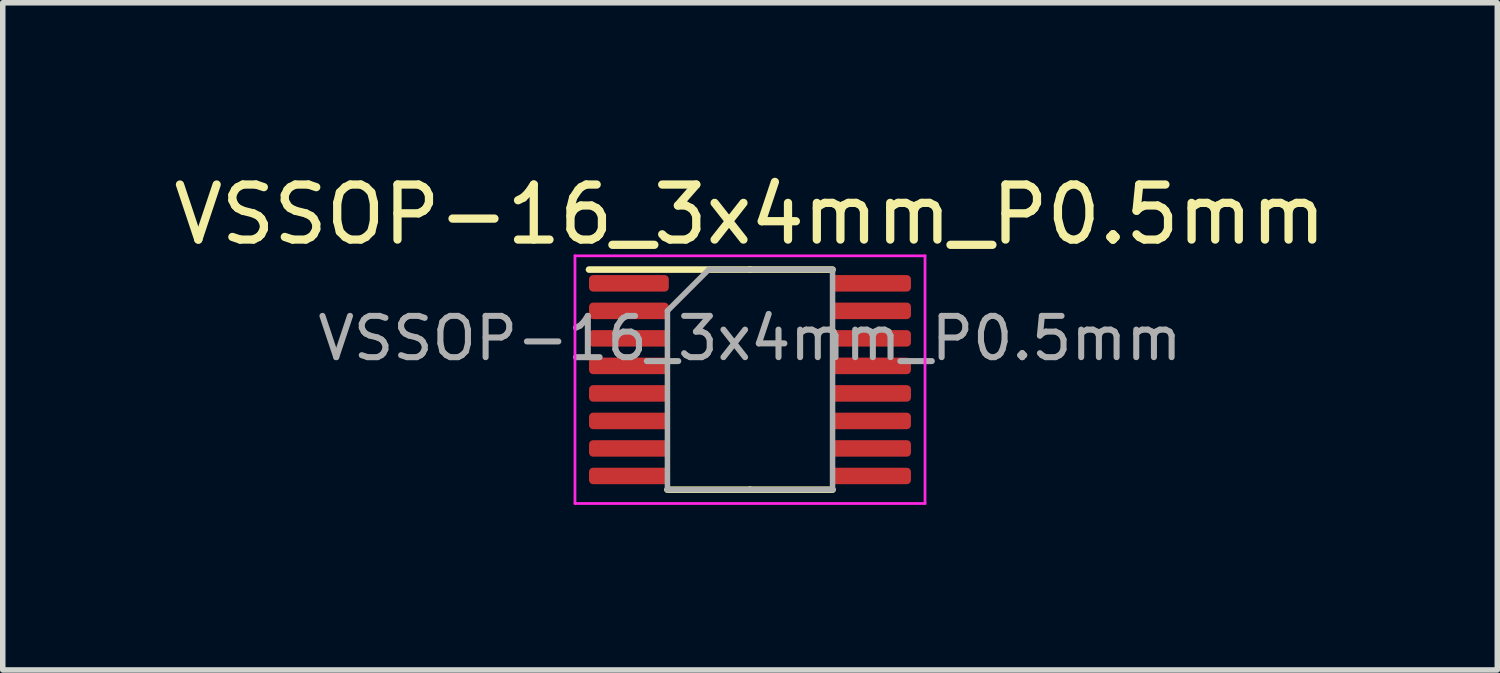
<source format=kicad_pcb>
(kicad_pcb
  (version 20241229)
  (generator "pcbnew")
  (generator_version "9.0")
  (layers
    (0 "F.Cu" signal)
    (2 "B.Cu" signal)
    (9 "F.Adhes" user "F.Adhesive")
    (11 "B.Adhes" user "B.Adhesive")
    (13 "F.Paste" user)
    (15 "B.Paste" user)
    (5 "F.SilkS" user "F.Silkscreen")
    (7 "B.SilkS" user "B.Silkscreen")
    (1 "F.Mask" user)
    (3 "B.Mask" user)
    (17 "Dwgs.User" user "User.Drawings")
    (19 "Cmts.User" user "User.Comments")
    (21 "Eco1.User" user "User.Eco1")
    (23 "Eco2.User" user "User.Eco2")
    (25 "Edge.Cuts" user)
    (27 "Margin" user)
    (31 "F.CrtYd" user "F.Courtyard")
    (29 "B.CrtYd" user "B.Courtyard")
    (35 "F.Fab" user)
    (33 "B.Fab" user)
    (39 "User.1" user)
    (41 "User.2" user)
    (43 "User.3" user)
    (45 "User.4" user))
  (footprint "VSSOP-16_3x4mm_P0.5mm"
    (layer "F.Cu")
    (at 10.577 3.848)
    (property "Reference" "VSSOP-16_3x4mm_P0.5mm" (at 0 -3 0) (layer "F.SilkS") (effects (font (size 1 1) (thickness 0.15))))
    (attr smd)
    (fp_line (start 0 -2) (end -2.925 -2) (stroke (width 0.12) (type solid)) (layer "F.SilkS"))
    (fp_line (start 0 -2) (end 1.5 -2) (stroke (width 0.12) (type solid)) (layer "F.SilkS"))
    (fp_line (start 0 2) (end -1.5 2) (stroke (width 0.12) (type solid)) (layer "F.SilkS"))
    (fp_line (start 0 2) (end 1.5 2) (stroke (width 0.12) (type solid)) (layer "F.SilkS"))
    (fp_line (start -3.18 -2.25) (end -3.18 2.25) (stroke (width 0.05) (type solid)) (layer "F.CrtYd"))
    (fp_line (start -3.18 2.25) (end 3.18 2.25) (stroke (width 0.05) (type solid)) (layer "F.CrtYd"))
    (fp_line (start 3.18 -2.25) (end -3.18 -2.25) (stroke (width 0.05) (type solid)) (layer "F.CrtYd"))
    (fp_line (start 3.18 2.25) (end 3.18 -2.25) (stroke (width 0.05) (type solid)) (layer "F.CrtYd"))
    (fp_line (start -1.5 -1.25) (end -0.75 -2) (stroke (width 0.1) (type solid)) (layer "F.Fab"))
    (fp_line (start -1.5 2) (end -1.5 -1.25) (stroke (width 0.1) (type solid)) (layer "F.Fab"))
    (fp_line (start -0.75 -2) (end 1.5 -2) (stroke (width 0.1) (type solid)) (layer "F.Fab"))
    (fp_line (start 1.5 -2) (end 1.5 2) (stroke (width 0.1) (type solid)) (layer "F.Fab"))
    (fp_line (start 1.5 2) (end -1.5 2) (stroke (width 0.1) (type solid)) (layer "F.Fab"))
    (fp_text user "${REFERENCE}" (at 0 -0.75 0) (layer "F.Fab") (effects (font (size 0.75 0.75) (thickness 0.11))))
    (pad "1" smd roundrect (at -2.2 -1.75) (size 1.45 0.3) (layers "F.Cu" "F.Mask" "F.Paste") (roundrect_rratio 0.25))
    (pad "2" smd roundrect (at -2.2 -1.25) (size 1.45 0.3) (layers "F.Cu" "F.Mask" "F.Paste") (roundrect_rratio 0.25))
    (pad "3" smd roundrect (at -2.2 -0.75) (size 1.45 0.3) (layers "F.Cu" "F.Mask" "F.Paste") (roundrect_rratio 0.25))
    (pad "4" smd roundrect (at -2.2 -0.25) (size 1.45 0.3) (layers "F.Cu" "F.Mask" "F.Paste") (roundrect_rratio 0.25))
    (pad "5" smd roundrect (at -2.2 0.25) (size 1.45 0.3) (layers "F.Cu" "F.Mask" "F.Paste") (roundrect_rratio 0.25))
    (pad "6" smd roundrect (at -2.2 0.75) (size 1.45 0.3) (layers "F.Cu" "F.Mask" "F.Paste") (roundrect_rratio 0.25))
    (pad "7" smd roundrect (at -2.2 1.25) (size 1.45 0.3) (layers "F.Cu" "F.Mask" "F.Paste") (roundrect_rratio 0.25))
    (pad "8" smd roundrect (at -2.2 1.75) (size 1.45 0.3) (layers "F.Cu" "F.Mask" "F.Paste") (roundrect_rratio 0.25))
    (pad "9" smd roundrect (at 2.2 1.75) (size 1.45 0.3) (layers "F.Cu" "F.Mask" "F.Paste") (roundrect_rratio 0.25))
    (pad "10" smd roundrect (at 2.2 1.25) (size 1.45 0.3) (layers "F.Cu" "F.Mask" "F.Paste") (roundrect_rratio 0.25))
    (pad "11" smd roundrect (at 2.2 0.75) (size 1.45 0.3) (layers "F.Cu" "F.Mask" "F.Paste") (roundrect_rratio 0.25))
    (pad "12" smd roundrect (at 2.2 0.25) (size 1.45 0.3) (layers "F.Cu" "F.Mask" "F.Paste") (roundrect_rratio 0.25))
    (pad "13" smd roundrect (at 2.2 -0.25) (size 1.45 0.3) (layers "F.Cu" "F.Mask" "F.Paste") (roundrect_rratio 0.25))
    (pad "14" smd roundrect (at 2.2 -0.75) (size 1.45 0.3) (layers "F.Cu" "F.Mask" "F.Paste") (roundrect_rratio 0.25))
    (pad "15" smd roundrect (at 2.2 -1.25) (size 1.45 0.3) (layers "F.Cu" "F.Mask" "F.Paste") (roundrect_rratio 0.25))
    (pad "16" smd roundrect (at 2.2 -1.75) (size 1.45 0.3) (layers "F.Cu" "F.Mask" "F.Paste") (roundrect_rratio 0.25)))
  (gr_rect
    (start -3 -3)
    (end 24.155 9.123)
    (stroke (width 0.1) (type default))
    (fill no)
    (layer "Edge.Cuts")))
</source>
